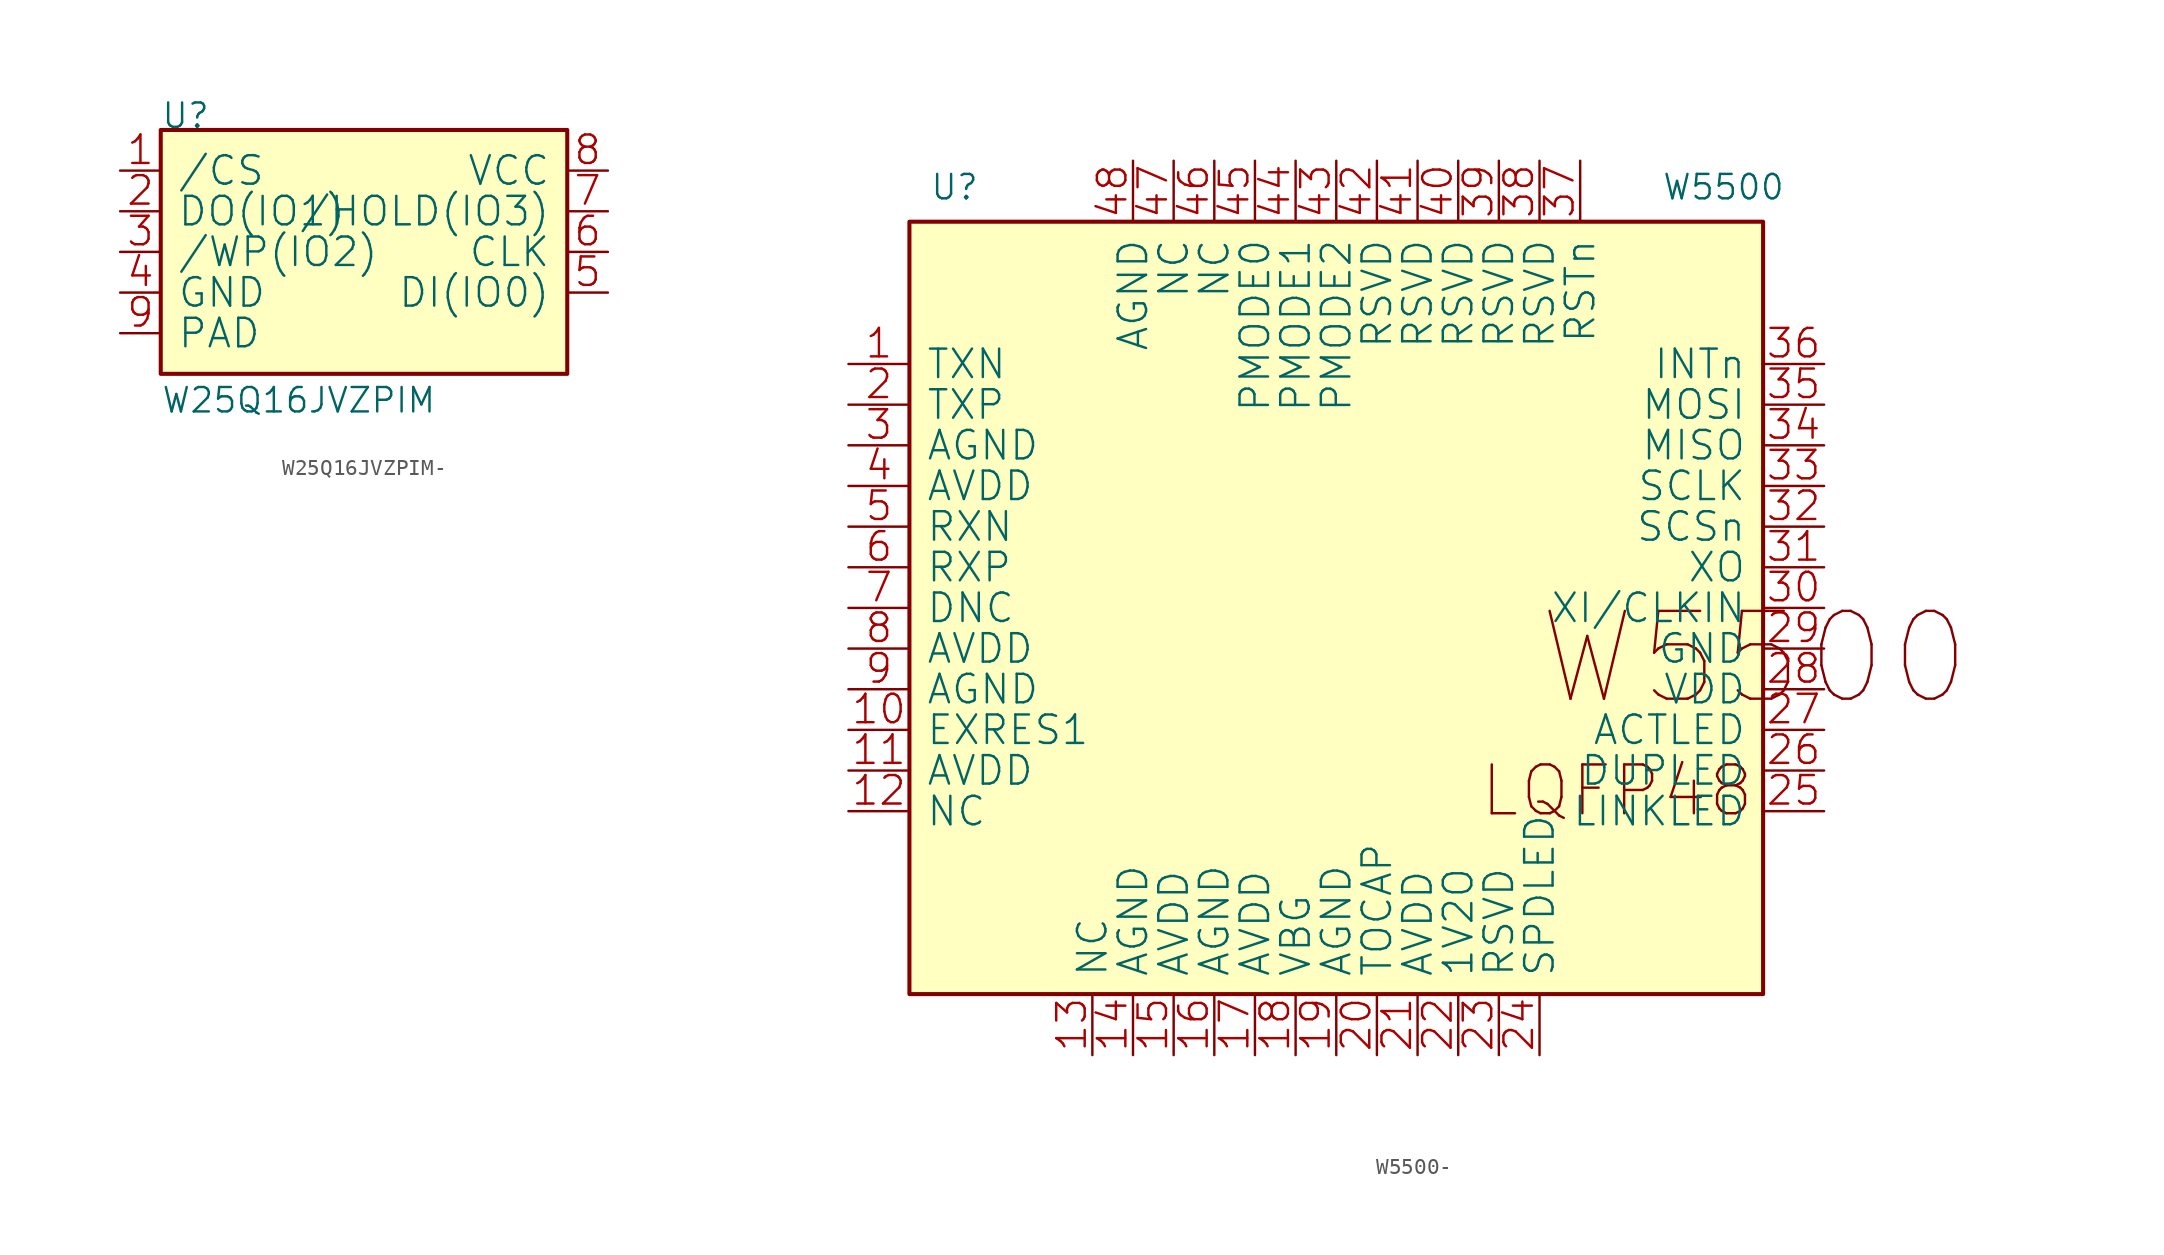
<source format=kicad_sym>
(kicad_symbol_lib
  (version 20220914)
  (generator kicad_symbol_editor)
  (symbol "W25Q16JVZPIM-"
    (pin_names
      (offset 1.016))
    (property "Reference" "U"
      (at 0 0 0)
      (effects (font (size 1.524 1.524)) (justify left bottom)))
    (property "Value" "W25Q16JVZPIM"
      (at 0 -17.78 0)
      (effects (font (size 1.524 1.524)) (justify left bottom)))
    (property "Footprint" ""
      (at 0 0 0)
      (effects (font (size 1.524 1.524))))
    (property "Datasheet" ""
      (at 0 0 0)
      (effects (font (size 1.524 1.524))))
    (symbol "W25Q16JVZPIM-_0_1"
      (rectangle (start 0 -15.24) (end 25.4 0) (stroke (width 0.254) (type solid)) (fill (type background)))
      (pin passive line (at -2.54 -2.54 0) (length 2.54) (name "/CS" (effects (font (size 1.778 1.778)))) (number "1" (effects (font (size 1.778 1.778)))))
      (pin passive line (at -2.54 -5.08 0) (length 2.54) (name "DO(IO1)" (effects (font (size 1.778 1.778)))) (number "2" (effects (font (size 1.778 1.778)))))
      (pin passive line (at -2.54 -7.62 0) (length 2.54) (name "/WP(IO2)" (effects (font (size 1.778 1.778)))) (number "3" (effects (font (size 1.778 1.778)))))
      (pin passive line (at -2.54 -10.16 0) (length 2.54) (name "GND" (effects (font (size 1.778 1.778)))) (number "4" (effects (font (size 1.778 1.778)))))
      (pin passive line (at 27.94 -10.16 180) (length 2.54) (name "DI(IO0)" (effects (font (size 1.778 1.778)))) (number "5" (effects (font (size 1.778 1.778)))))
      (pin passive line (at 27.94 -7.62 180) (length 2.54) (name "CLK" (effects (font (size 1.778 1.778)))) (number "6" (effects (font (size 1.778 1.778)))))
      (pin passive line (at 27.94 -5.08 180) (length 2.54) (name "/HOLD(IO3)" (effects (font (size 1.778 1.778)))) (number "7" (effects (font (size 1.778 1.778)))))
      (pin passive line (at 27.94 -2.54 180) (length 2.54) (name "VCC" (effects (font (size 1.778 1.778)))) (number "8" (effects (font (size 1.778 1.778)))))
      (pin passive line (at -2.54 -12.7 0) (length 2.54) (name "PAD" (effects (font (size 1.778 1.778)))) (number "9" (effects (font (size 1.778 1.778)))))))
  (symbol "W5500-"
    (pin_names
      (offset 1.016))
    (property "Reference" "U"
      (at -25.4 22.86 0)
      (effects (font (size 1.524 1.524)) (justify left bottom)))
    (property "Value" "W5500"
      (at 20.32 22.86 0)
      (effects (font (size 1.524 1.524)) (justify left bottom)))
    (property "Footprint" ""
      (at 0 0 0)
      (effects (font (size 1.524 1.524))))
    (property "Datasheet" ""
      (at 0 0 0)
      (effects (font (size 1.524 1.524))))
    (symbol "W5500-_0_1"
      (rectangle (start -26.67 -26.67) (end 26.67 21.59) (stroke (width 0.254) (type solid)) (fill (type background)))
      (pin passive line (at -30.48 12.7 0) (length 3.81) (name "TXN" (effects (font (size 1.778 1.778)))) (number "1" (effects (font (size 1.778 1.778)))))
      (pin passive line (at -30.48 -10.16 0) (length 3.81) (name "EXRES1" (effects (font (size 1.778 1.778)))) (number "10" (effects (font (size 1.778 1.778)))))
      (pin passive line (at -30.48 -12.7 0) (length 3.81) (name "AVDD" (effects (font (size 1.778 1.778)))) (number "11" (effects (font (size 1.778 1.778)))))
      (pin passive line (at -30.48 -15.24 0) (length 3.81) (name "NC" (effects (font (size 1.778 1.778)))) (number "12" (effects (font (size 1.778 1.778)))))
      (pin passive line (at -15.24 -30.48 90) (length 3.81) (name "NC" (effects (font (size 1.778 1.778)))) (number "13" (effects (font (size 1.778 1.778)))))
      (pin passive line (at -12.7 -30.48 90) (length 3.81) (name "AGND" (effects (font (size 1.778 1.778)))) (number "14" (effects (font (size 1.778 1.778)))))
      (pin passive line (at -10.16 -30.48 90) (length 3.81) (name "AVDD" (effects (font (size 1.778 1.778)))) (number "15" (effects (font (size 1.778 1.778)))))
      (pin passive line (at -7.62 -30.48 90) (length 3.81) (name "AGND" (effects (font (size 1.778 1.778)))) (number "16" (effects (font (size 1.778 1.778)))))
      (pin passive line (at -5.08 -30.48 90) (length 3.81) (name "AVDD" (effects (font (size 1.778 1.778)))) (number "17" (effects (font (size 1.778 1.778)))))
      (pin passive line (at -2.54 -30.48 90) (length 3.81) (name "VBG" (effects (font (size 1.778 1.778)))) (number "18" (effects (font (size 1.778 1.778)))))
      (pin passive line (at 0 -30.48 90) (length 3.81) (name "AGND" (effects (font (size 1.778 1.778)))) (number "19" (effects (font (size 1.778 1.778)))))
      (pin passive line (at -30.48 10.16 0) (length 3.81) (name "TXP" (effects (font (size 1.778 1.778)))) (number "2" (effects (font (size 1.778 1.778)))))
      (pin passive line (at 2.54 -30.48 90) (length 3.81) (name "TOCAP" (effects (font (size 1.778 1.778)))) (number "20" (effects (font (size 1.778 1.778)))))
      (pin passive line (at 5.08 -30.48 90) (length 3.81) (name "AVDD" (effects (font (size 1.778 1.778)))) (number "21" (effects (font (size 1.778 1.778)))))
      (pin passive line (at 7.62 -30.48 90) (length 3.81) (name "1V2O" (effects (font (size 1.778 1.778)))) (number "22" (effects (font (size 1.778 1.778)))))
      (pin passive line (at 10.16 -30.48 90) (length 3.81) (name "RSVD" (effects (font (size 1.778 1.778)))) (number "23" (effects (font (size 1.778 1.778)))))
      (pin passive line (at 12.7 -30.48 90) (length 3.81) (name "SPDLED" (effects (font (size 1.778 1.778)))) (number "24" (effects (font (size 1.778 1.778)))))
      (pin passive line (at 30.48 -15.24 180) (length 3.81) (name "LINKLED" (effects (font (size 1.778 1.778)))) (number "25" (effects (font (size 1.778 1.778)))))
      (pin passive line (at 30.48 -12.7 180) (length 3.81) (name "DUPLED" (effects (font (size 1.778 1.778)))) (number "26" (effects (font (size 1.778 1.778)))))
      (pin passive line (at 30.48 -10.16 180) (length 3.81) (name "ACTLED" (effects (font (size 1.778 1.778)))) (number "27" (effects (font (size 1.778 1.778)))))
      (pin passive line (at 30.48 -7.62 180) (length 3.81) (name "VDD" (effects (font (size 1.778 1.778)))) (number "28" (effects (font (size 1.778 1.778)))))
      (pin passive line (at 30.48 -5.08 180) (length 3.81) (name "GND" (effects (font (size 1.778 1.778)))) (number "29" (effects (font (size 1.778 1.778)))))
      (pin passive line (at -30.48 7.62 0) (length 3.81) (name "AGND" (effects (font (size 1.778 1.778)))) (number "3" (effects (font (size 1.778 1.778)))))
      (pin passive line (at 30.48 -2.54 180) (length 3.81) (name "XI/CLKIN" (effects (font (size 1.778 1.778)))) (number "30" (effects (font (size 1.778 1.778)))))
      (pin passive line (at 30.48 0 180) (length 3.81) (name "XO" (effects (font (size 1.778 1.778)))) (number "31" (effects (font (size 1.778 1.778)))))
      (pin passive line (at 30.48 2.54 180) (length 3.81) (name "SCSn" (effects (font (size 1.778 1.778)))) (number "32" (effects (font (size 1.778 1.778)))))
      (pin passive line (at 30.48 5.08 180) (length 3.81) (name "SCLK" (effects (font (size 1.778 1.778)))) (number "33" (effects (font (size 1.778 1.778)))))
      (pin passive line (at 30.48 7.62 180) (length 3.81) (name "MISO" (effects (font (size 1.778 1.778)))) (number "34" (effects (font (size 1.778 1.778)))))
      (pin passive line (at 30.48 10.16 180) (length 3.81) (name "MOSI" (effects (font (size 1.778 1.778)))) (number "35" (effects (font (size 1.778 1.778)))))
      (pin passive line (at 30.48 12.7 180) (length 3.81) (name "INTn" (effects (font (size 1.778 1.778)))) (number "36" (effects (font (size 1.778 1.778)))))
      (pin passive line (at 15.24 25.4 270) (length 3.81) (name "RSTn" (effects (font (size 1.778 1.778)))) (number "37" (effects (font (size 1.778 1.778)))))
      (pin passive line (at 12.7 25.4 270) (length 3.81) (name "RSVD" (effects (font (size 1.778 1.778)))) (number "38" (effects (font (size 1.778 1.778)))))
      (pin passive line (at 10.16 25.4 270) (length 3.81) (name "RSVD" (effects (font (size 1.778 1.778)))) (number "39" (effects (font (size 1.778 1.778)))))
      (pin passive line (at -30.48 5.08 0) (length 3.81) (name "AVDD" (effects (font (size 1.778 1.778)))) (number "4" (effects (font (size 1.778 1.778)))))
      (pin passive line (at 7.62 25.4 270) (length 3.81) (name "RSVD" (effects (font (size 1.778 1.778)))) (number "40" (effects (font (size 1.778 1.778)))))
      (pin passive line (at 5.08 25.4 270) (length 3.81) (name "RSVD" (effects (font (size 1.778 1.778)))) (number "41" (effects (font (size 1.778 1.778)))))
      (pin passive line (at 2.54 25.4 270) (length 3.81) (name "RSVD" (effects (font (size 1.778 1.778)))) (number "42" (effects (font (size 1.778 1.778)))))
      (pin passive line (at 0 25.4 270) (length 3.81) (name "PMODE2" (effects (font (size 1.778 1.778)))) (number "43" (effects (font (size 1.778 1.778)))))
      (pin passive line (at -2.54 25.4 270) (length 3.81) (name "PMODE1" (effects (font (size 1.778 1.778)))) (number "44" (effects (font (size 1.778 1.778)))))
      (pin passive line (at -5.08 25.4 270) (length 3.81) (name "PMODE0" (effects (font (size 1.778 1.778)))) (number "45" (effects (font (size 1.778 1.778)))))
      (pin passive line (at -7.62 25.4 270) (length 3.81) (name "NC" (effects (font (size 1.778 1.778)))) (number "46" (effects (font (size 1.778 1.778)))))
      (pin passive line (at -10.16 25.4 270) (length 3.81) (name "NC" (effects (font (size 1.778 1.778)))) (number "47" (effects (font (size 1.778 1.778)))))
      (pin passive line (at -12.7 25.4 270) (length 3.81) (name "AGND" (effects (font (size 1.778 1.778)))) (number "48" (effects (font (size 1.778 1.778)))))
      (pin passive line (at -30.48 2.54 0) (length 3.81) (name "RXN" (effects (font (size 1.778 1.778)))) (number "5" (effects (font (size 1.778 1.778)))))
      (pin passive line (at -30.48 0 0) (length 3.81) (name "RXP" (effects (font (size 1.778 1.778)))) (number "6" (effects (font (size 1.778 1.778)))))
      (pin passive line (at -30.48 -2.54 0) (length 3.81) (name "DNC" (effects (font (size 1.778 1.778)))) (number "7" (effects (font (size 1.778 1.778)))))
      (pin passive line (at -30.48 -5.08 0) (length 3.81) (name "AVDD" (effects (font (size 1.778 1.778)))) (number "8" (effects (font (size 1.778 1.778)))))
      (pin passive line (at -30.48 -7.62 0) (length 3.81) (name "AGND" (effects (font (size 1.778 1.778)))) (number "9" (effects (font (size 1.778 1.778))))))
    (symbol "W5500-_1_1"
      (text "LQFP48" (at 8.89 -15.748 0) (effects (font (size 3.048 3.048)) (justify left bottom)))
      (text "W5500" (at 12.446 -8.89 0) (effects (font (size 5.486 5.486)) (justify left bottom))))))
</source>
